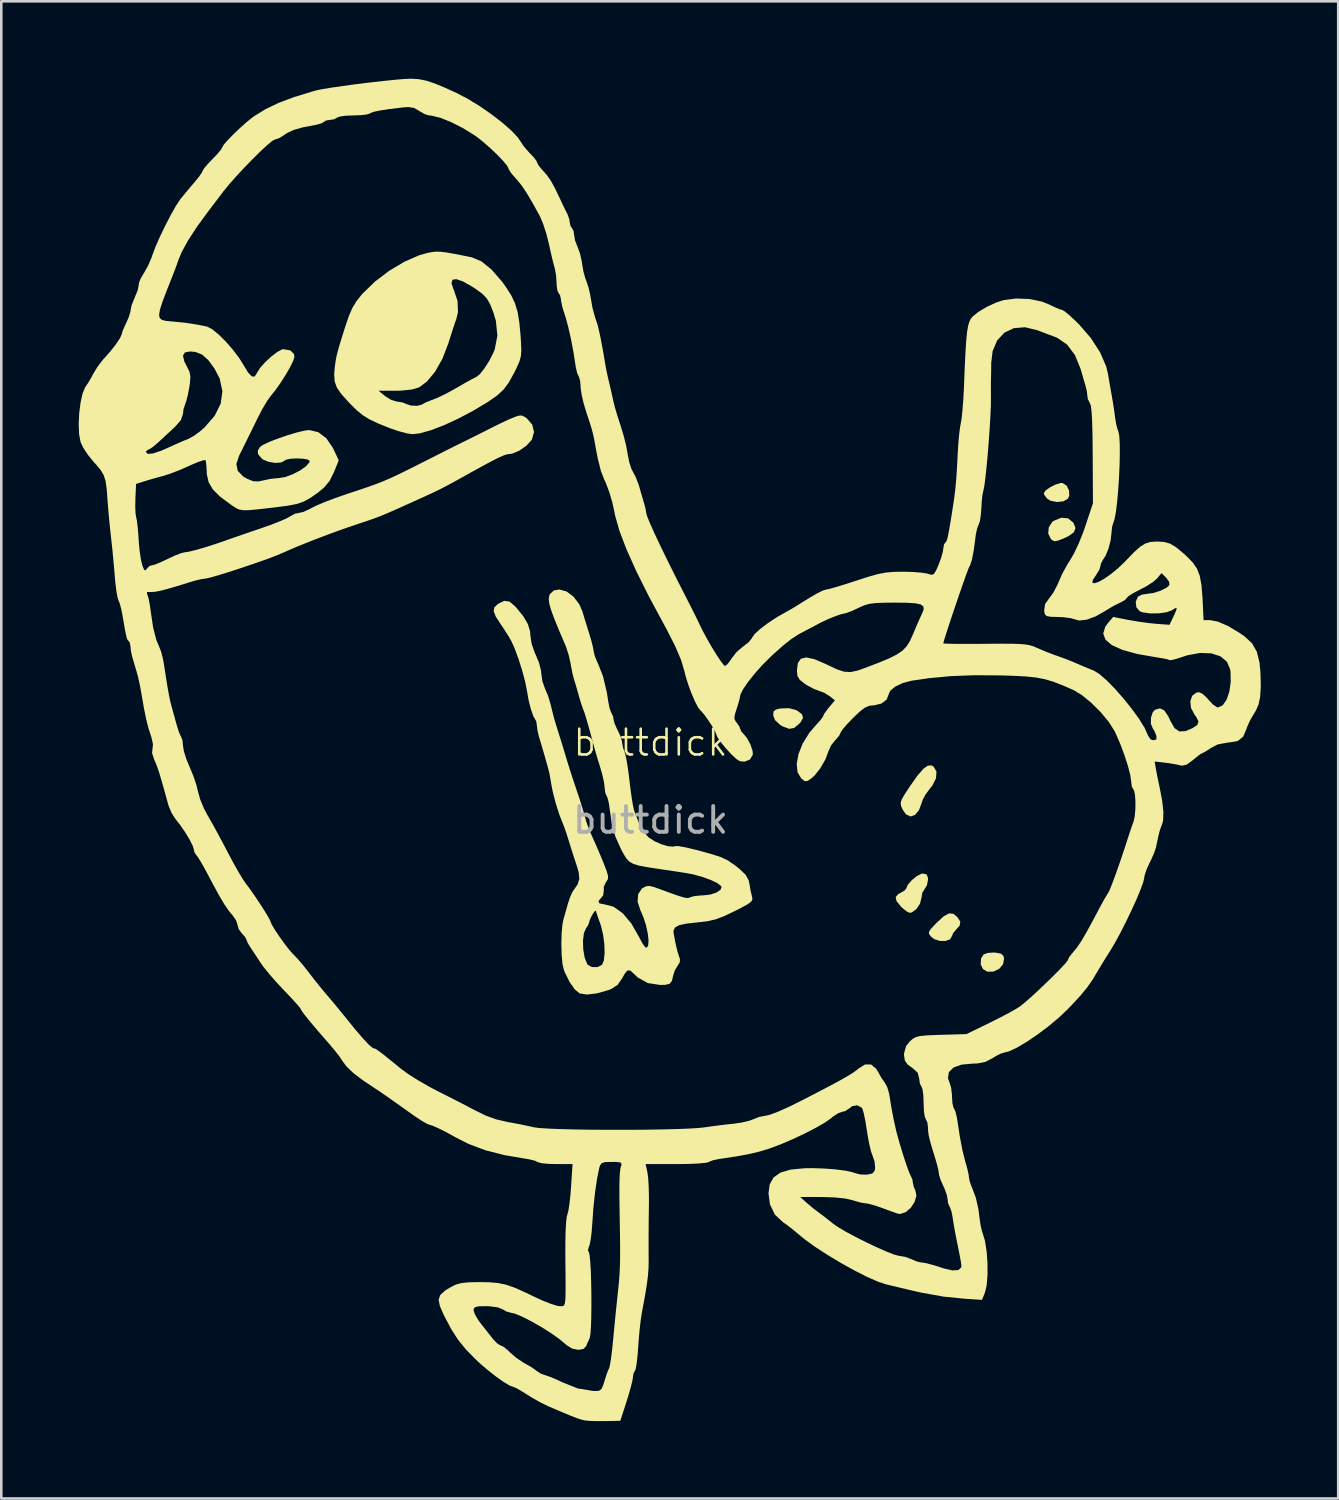
<source format=kicad_pcb>
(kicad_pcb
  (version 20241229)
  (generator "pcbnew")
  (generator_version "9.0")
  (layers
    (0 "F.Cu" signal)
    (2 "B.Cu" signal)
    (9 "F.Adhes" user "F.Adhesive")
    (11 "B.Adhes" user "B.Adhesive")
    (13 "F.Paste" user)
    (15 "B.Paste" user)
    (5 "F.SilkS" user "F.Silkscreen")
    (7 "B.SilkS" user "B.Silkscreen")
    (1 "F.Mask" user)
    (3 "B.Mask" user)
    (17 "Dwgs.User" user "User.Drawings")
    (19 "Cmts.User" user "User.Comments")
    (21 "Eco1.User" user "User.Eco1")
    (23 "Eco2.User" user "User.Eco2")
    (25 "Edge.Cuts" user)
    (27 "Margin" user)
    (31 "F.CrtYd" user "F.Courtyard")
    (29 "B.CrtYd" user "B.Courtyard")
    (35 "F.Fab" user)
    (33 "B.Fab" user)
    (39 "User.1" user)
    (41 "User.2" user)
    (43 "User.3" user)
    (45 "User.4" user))
  (footprint "buttdick"
    (layer "F.Cu")
    (at 22.161 26.231)
    (property "Reference" "buttdick" (at 0 -0.5 0) (unlocked yes) (layer "F.SilkS") (effects (font (size 1 1) (thickness 0.1))))
    (attr smd)
    (fp_poly (pts (xy 13.35 7.636) (xy 13.571 7.673) (xy 13.674 7.759) (xy 13.702 7.86) (xy 13.662 8.089) (xy 13.508 8.268) (xy 13.289 8.373) (xy 13.056 8.376) (xy 12.886 8.28) (xy 12.795 8.088) (xy 12.81 7.862) (xy 12.906 7.71) (xy 13.066 7.65) (xy 13.304 7.633)) (stroke (width 0) (type solid)) (fill yes) (layer "F.SilkS"))
    (fp_poly (pts (xy 16.119 -10.468) (xy 16.218 -10.279) (xy 16.229 -10.069) (xy 16.176 -9.953) (xy 15.998 -9.853) (xy 15.747 -9.826) (xy 15.501 -9.875) (xy 15.373 -9.954) (xy 15.266 -10.094) (xy 15.24 -10.167) (xy 15.311 -10.273) (xy 15.483 -10.396) (xy 15.697 -10.503) (xy 15.892 -10.562) (xy 15.958 -10.564)) (stroke (width 0) (type solid)) (fill yes) (layer "F.SilkS"))
    (fp_poly (pts (xy 5.664 -1.757) (xy 5.866 -1.601) (xy 5.875 -1.586) (xy 5.908 -1.455) (xy 5.822 -1.3) (xy 5.761 -1.231) (xy 5.565 -1.069) (xy 5.37 -1.036) (xy 5.123 -1.129) (xy 5.038 -1.177) (xy 4.824 -1.372) (xy 4.757 -1.547) (xy 4.762 -1.7) (xy 4.854 -1.781) (xy 5.028 -1.824) (xy 5.366 -1.836)) (stroke (width 0) (type solid)) (fill yes) (layer "F.SilkS"))
    (fp_poly (pts (xy 16.182 -9.193) (xy 16.386 -9.024) (xy 16.391 -9.017) (xy 16.469 -8.819) (xy 16.408 -8.654) (xy 16.197 -8.502) (xy 16.02 -8.419) (xy 15.79 -8.329) (xy 15.658 -8.306) (xy 15.566 -8.347) (xy 15.511 -8.399) (xy 15.412 -8.603) (xy 15.434 -8.844) (xy 15.566 -9.051) (xy 15.618 -9.092) (xy 15.917 -9.217)) (stroke (width 0) (type solid)) (fill yes) (layer "F.SilkS"))
    (fp_poly (pts (xy 11.735 6.132) (xy 11.883 6.251) (xy 12.005 6.434) (xy 11.981 6.59) (xy 11.853 6.731) (xy 11.726 6.882) (xy 11.684 6.989) (xy 11.614 7.118) (xy 11.44 7.184) (xy 11.218 7.185) (xy 11 7.117) (xy 10.878 7.025) (xy 10.799 6.926) (xy 10.788 6.838) (xy 10.861 6.722) (xy 11.033 6.536) (xy 11.094 6.475) (xy 11.362 6.229) (xy 11.567 6.117)) (stroke (width 0) (type solid)) (fill yes) (layer "F.SilkS"))
    (fp_poly (pts (xy 10.97 0.428) (xy 11.081 0.62) (xy 11.064 0.877) (xy 10.925 1.159) (xy 10.834 1.273) (xy 10.663 1.5) (xy 10.546 1.718) (xy 10.528 1.776) (xy 10.41 2.102) (xy 10.251 2.3) (xy 10.072 2.361) (xy 9.896 2.276) (xy 9.77 2.092) (xy 9.711 1.957) (xy 9.693 1.844) (xy 9.729 1.715) (xy 9.831 1.531) (xy 10.011 1.255) (xy 10.075 1.16) (xy 10.353 0.767) (xy 10.573 0.514) (xy 10.748 0.39) (xy 10.893 0.383)) (stroke (width 0) (type solid)) (fill yes) (layer "F.SilkS"))
    (fp_poly (pts (xy 10.697 4.603) (xy 10.749 4.728) (xy 10.753 4.816) (xy 10.711 5.03) (xy 10.626 5.165) (xy 10.532 5.323) (xy 10.499 5.514) (xy 10.442 5.743) (xy 10.303 5.951) (xy 10.127 6.08) (xy 10.049 6.096) (xy 9.922 6.039) (xy 9.75 5.898) (xy 9.71 5.859) (xy 9.533 5.639) (xy 9.5 5.483) (xy 9.608 5.364) (xy 9.694 5.319) (xy 9.85 5.227) (xy 9.906 5.158) (xy 9.971 5.007) (xy 10.13 4.826) (xy 10.328 4.666) (xy 10.508 4.577) (xy 10.549 4.572)) (stroke (width 0) (type solid)) (fill yes) (layer "F.SilkS"))
    (fp_poly (pts (xy -8.129 -19.524) (xy -7.897 -19.495) (xy -7.578 -19.439) (xy -7.14 -19.352) (xy -6.925 -19.308) (xy -6.553 -19.151) (xy -6.159 -18.833) (xy -5.748 -18.357) (xy -5.593 -18.141) (xy -5.396 -17.829) (xy -5.253 -17.528) (xy -5.153 -17.195) (xy -5.085 -16.789) (xy -5.036 -16.268) (xy -5.024 -16.076) (xy -5.008 -15.731) (xy -5.024 -15.482) (xy -5.086 -15.257) (xy -5.21 -14.982) (xy -5.277 -14.848) (xy -5.488 -14.464) (xy -5.695 -14.184) (xy -5.95 -13.949) (xy -6.305 -13.704) (xy -6.308 -13.702) (xy -6.877 -13.361) (xy -7.454 -13.056) (xy -8.009 -12.8) (xy -8.514 -12.607) (xy -8.937 -12.488) (xy -9.228 -12.454) (xy -9.457 -12.49) (xy -9.773 -12.574) (xy -10.109 -12.69) (xy -10.118 -12.693) (xy -10.559 -12.871) (xy -10.886 -13.025) (xy -11.145 -13.185) (xy -11.383 -13.379) (xy -11.645 -13.638) (xy -11.701 -13.696) (xy -11.984 -14.011) (xy -12.072 -14.138) (xy -10.541 -14.138) (xy -10.287 -13.93) (xy -10.064 -13.791) (xy -9.849 -13.72) (xy -9.821 -13.718) (xy -9.604 -13.682) (xy -9.483 -13.631) (xy -9.286 -13.564) (xy -9.049 -13.553) (xy -8.863 -13.6) (xy -8.843 -13.614) (xy -8.717 -13.682) (xy -8.5 -13.77) (xy -8.428 -13.795) (xy -8.19 -13.895) (xy -7.873 -14.052) (xy -7.539 -14.236) (xy -7.497 -14.261) (xy -7.199 -14.433) (xy -6.944 -14.575) (xy -6.778 -14.659) (xy -6.756 -14.669) (xy -6.614 -14.782) (xy -6.436 -15.006) (xy -6.254 -15.293) (xy -6.097 -15.598) (xy -6.036 -15.748) (xy -5.935 -16.276) (xy -5.994 -16.849) (xy -6.091 -17.174) (xy -6.218 -17.493) (xy -6.348 -17.718) (xy -6.523 -17.899) (xy -6.788 -18.091) (xy -6.917 -18.175) (xy -7.275 -18.377) (xy -7.532 -18.464) (xy -7.681 -18.437) (xy -7.714 -18.297) (xy -7.626 -18.046) (xy -7.616 -18.027) (xy -7.479 -17.613) (xy -7.462 -17.187) (xy -7.527 -16.916) (xy -7.586 -16.75) (xy -7.678 -16.471) (xy -7.788 -16.128) (xy -7.836 -15.972) (xy -8.063 -15.383) (xy -8.345 -14.882) (xy -8.664 -14.496) (xy -8.971 -14.268) (xy -9.247 -14.185) (xy -9.662 -14.143) (xy -9.881 -14.139) (xy -10.541 -14.138) (xy -12.072 -14.138) (xy -12.158 -14.265) (xy -12.243 -14.505) (xy -12.259 -14.779) (xy -12.243 -14.986) (xy -12.218 -15.198) (xy -12.188 -15.389) (xy -12.141 -15.595) (xy -12.069 -15.854) (xy -11.963 -16.203) (xy -11.834 -16.613) (xy -11.69 -17.038) (xy -11.553 -17.352) (xy -11.395 -17.611) (xy -11.187 -17.87) (xy -11.152 -17.909) (xy -10.676 -18.371) (xy -10.122 -18.791) (xy -9.535 -19.14) (xy -8.962 -19.39) (xy -8.646 -19.479) (xy -8.471 -19.513) (xy -8.31 -19.529)) (stroke (width 0) (type solid)) (fill yes) (layer "F.SilkS"))
    (fp_poly (pts (xy -3.252 -6.358) (xy -2.982 -6.154) (xy -2.76 -5.861) (xy -2.641 -5.588) (xy -2.57 -5.35) (xy -2.47 -5.026) (xy -2.378 -4.73) (xy -2.288 -4.427) (xy -2.225 -4.174) (xy -2.201 -4.028) (xy -2.164 -3.869) (xy -2.072 -3.638) (xy -2.029 -3.55) (xy -1.84 -3.067) (xy -1.694 -2.451) (xy -1.635 -2.074) (xy -1.589 -1.839) (xy -1.53 -1.677) (xy -1.515 -1.655) (xy -1.449 -1.506) (xy -1.439 -1.425) (xy -1.399 -1.257) (xy -1.3 -1.03) (xy -1.27 -0.974) (xy -1.16 -0.737) (xy -1.103 -0.533) (xy -1.101 -0.5) (xy -1.06 -0.275) (xy -1.018 -0.174) (xy -0.971 -0.021) (xy -0.916 0.249) (xy -0.864 0.586) (xy -0.851 0.688) (xy -0.786 1.223) (xy -0.733 1.616) (xy -0.688 1.896) (xy -0.647 2.089) (xy -0.604 2.223) (xy -0.596 2.244) (xy -0.516 2.443) (xy -0.422 2.686) (xy -0.421 2.69) (xy -0.281 2.938) (xy -0.083 3.164) (xy -0.07 3.174) (xy 0.152 3.319) (xy 0.422 3.438) (xy 0.685 3.515) (xy 0.883 3.529) (xy 0.933 3.513) (xy 1.065 3.507) (xy 1.348 3.556) (xy 1.771 3.657) (xy 2.326 3.809) (xy 2.413 3.834) (xy 2.736 3.94) (xy 2.996 4.065) (xy 3.265 4.249) (xy 3.443 4.389) (xy 3.682 4.616) (xy 3.803 4.835) (xy 3.835 4.982) (xy 3.879 5.245) (xy 3.932 5.465) (xy 3.936 5.477) (xy 3.949 5.569) (xy 3.906 5.655) (xy 3.78 5.753) (xy 3.546 5.884) (xy 3.247 6.036) (xy 2.842 6.228) (xy 2.515 6.35) (xy 2.203 6.422) (xy 1.84 6.464) (xy 1.837 6.464) (xy 1.401 6.511) (xy 1.112 6.574) (xy 0.949 6.662) (xy 0.889 6.786) (xy 0.893 6.878) (xy 0.962 7.245) (xy 1.037 7.567) (xy 1.106 7.796) (xy 1.137 7.865) (xy 1.137 8.003) (xy 1.063 8.123) (xy 0.941 8.325) (xy 0.881 8.514) (xy 0.828 8.735) (xy 0.739 8.846) (xy 0.565 8.886) (xy 0.372 8.89) (xy -0.107 8.817) (xy -0.498 8.599) (xy -0.627 8.475) (xy -0.776 8.337) (xy -0.888 8.324) (xy -0.998 8.449) (xy -1.097 8.628) (xy -1.274 8.886) (xy -1.523 9.047) (xy -1.628 9.088) (xy -2.078 9.216) (xy -2.459 9.262) (xy -2.736 9.221) (xy -2.752 9.214) (xy -2.94 9.058) (xy -3.139 8.772) (xy -3.325 8.392) (xy -3.362 8.297) (xy -3.414 8.062) (xy -3.445 7.713) (xy -3.456 7.309) (xy -3.453 7.177) (xy -2.618 7.177) (xy -2.608 7.515) (xy -2.552 7.835) (xy -2.454 8.077) (xy -2.433 8.107) (xy -2.27 8.198) (xy -2.053 8.198) (xy -1.88 8.111) (xy -1.809 7.945) (xy -1.78 7.663) (xy -1.79 7.313) (xy -1.838 6.941) (xy -1.921 6.596) (xy -1.947 6.519) (xy -2.038 6.264) (xy -2.1 6.08) (xy -2.117 6.018) (xy -2.148 6.017) (xy -2.222 6.114) (xy -2.303 6.255) (xy -2.359 6.385) (xy -2.368 6.428) (xy -2.423 6.586) (xy -2.495 6.686) (xy -2.582 6.881) (xy -2.618 7.177) (xy -3.453 7.177) (xy -3.446 6.903) (xy -3.415 6.552) (xy -3.375 6.35) (xy -3.313 6.136) (xy -3.234 5.854) (xy -3.208 5.757) (xy -3.122 5.499) (xy -3.032 5.297) (xy -3.002 5.249) (xy -2.829 4.999) (xy -2.759 4.778) (xy -2.785 4.52) (xy -2.865 4.252) (xy -2.987 3.882) (xy -3.113 3.484) (xy -3.169 3.302) (xy -3.26 3.013) (xy -3.345 2.769) (xy -3.386 2.667) (xy -3.533 2.292) (xy -3.677 1.838) (xy -3.791 1.395) (xy -3.824 1.228) (xy -3.872 0.956) (xy -3.91 0.743) (xy -3.923 0.677) (xy -3.96 0.527) (xy -4.033 0.262) (xy -4.128 -0.071) (xy -4.232 -0.426) (xy -4.323 -0.726) (xy -4.38 -0.967) (xy -4.403 -1.156) (xy -4.429 -1.324) (xy -4.461 -1.384) (xy -4.547 -1.537) (xy -4.639 -1.806) (xy -4.724 -2.138) (xy -4.785 -2.483) (xy -4.785 -2.486) (xy -4.855 -2.848) (xy -4.974 -3.293) (xy -5.121 -3.758) (xy -5.275 -4.174) (xy -5.389 -4.426) (xy -5.515 -4.645) (xy -5.693 -4.923) (xy -5.81 -5.094) (xy -5.999 -5.388) (xy -6.079 -5.591) (xy -6.053 -5.739) (xy -5.925 -5.867) (xy -5.908 -5.88) (xy -5.668 -5.996) (xy -5.46 -5.964) (xy -5.242 -5.779) (xy -4.937 -5.406) (xy -4.752 -5.094) (xy -4.667 -4.808) (xy -4.657 -4.657) (xy -4.611 -4.345) (xy -4.491 -3.993) (xy -4.445 -3.895) (xy -4.322 -3.596) (xy -4.246 -3.302) (xy -4.233 -3.174) (xy -4.191 -2.878) (xy -4.092 -2.599) (xy -3.971 -2.315) (xy -3.886 -2.032) (xy -3.734 -1.427) (xy -3.569 -0.889) (xy -3.503 -0.683) (xy -3.408 -0.377) (xy -3.305 -0.034) (xy -3.295 0) (xy -3.173 0.399) (xy -3.024 0.865) (xy -2.877 1.304) (xy -2.86 1.355) (xy -2.738 1.719) (xy -2.632 2.058) (xy -2.56 2.314) (xy -2.546 2.371) (xy -2.473 2.615) (xy -2.354 2.927) (xy -2.264 3.133) (xy -2.114 3.467) (xy -1.945 3.863) (xy -1.817 4.173) (xy -1.701 4.474) (xy -1.647 4.662) (xy -1.649 4.781) (xy -1.701 4.872) (xy -1.722 4.895) (xy -1.812 5.084) (xy -1.811 5.216) (xy -1.833 5.414) (xy -1.899 5.498) (xy -2.02 5.641) (xy -1.98 5.731) (xy -1.799 5.764) (xy -1.437 5.856) (xy -1.082 6.107) (xy -0.745 6.507) (xy -0.437 7.044) (xy -0.415 7.091) (xy -0.299 7.303) (xy -0.199 7.433) (xy -0.165 7.451) (xy -0.095 7.378) (xy -0.077 7.184) (xy -0.105 6.907) (xy -0.174 6.587) (xy -0.277 6.26) (xy -0.392 5.998) (xy -0.501 5.669) (xy -0.482 5.377) (xy -0.34 5.162) (xy -0.305 5.136) (xy -0.175 5.066) (xy -0.045 5.052) (xy 0.142 5.098) (xy 0.351 5.173) (xy 0.786 5.334) (xy 1.09 5.44) (xy 1.293 5.501) (xy 1.42 5.522) (xy 1.5 5.512) (xy 1.539 5.492) (xy 1.688 5.449) (xy 1.931 5.423) (xy 2.034 5.42) (xy 2.314 5.388) (xy 2.553 5.309) (xy 2.713 5.202) (xy 2.752 5.087) (xy 2.742 5.065) (xy 2.605 4.953) (xy 2.347 4.827) (xy 2.015 4.706) (xy 1.654 4.606) (xy 1.402 4.557) (xy 1.008 4.497) (xy 0.58 4.433) (xy 0.381 4.403) (xy -0.091 4.332) (xy -0.427 4.27) (xy -0.66 4.202) (xy -0.821 4.111) (xy -0.942 3.981) (xy -1.055 3.794) (xy -1.151 3.614) (xy -1.362 3.143) (xy -1.5 2.647) (xy -1.582 2.074) (xy -1.621 1.813) (xy -1.673 1.622) (xy -1.701 1.571) (xy -1.757 1.433) (xy -1.778 1.243) (xy -1.804 1.03) (xy -1.871 0.731) (xy -1.944 0.477) (xy -2.063 0.092) (xy -2.184 -0.328) (xy -2.245 -0.55) (xy -2.383 -1.061) (xy -2.49 -1.433) (xy -2.572 -1.692) (xy -2.621 -1.82) (xy -2.685 -2.005) (xy -2.766 -2.269) (xy -2.794 -2.371) (xy -2.874 -2.654) (xy -2.949 -2.902) (xy -2.968 -2.963) (xy -3.025 -3.181) (xy -3.081 -3.467) (xy -3.096 -3.556) (xy -3.169 -3.887) (xy -3.276 -4.219) (xy -3.3 -4.276) (xy -3.546 -4.852) (xy -3.727 -5.296) (xy -3.85 -5.63) (xy -3.92 -5.875) (xy -3.944 -6.052) (xy -3.929 -6.183) (xy -3.897 -6.261) (xy -3.744 -6.4) (xy -3.527 -6.435)) (stroke (width 0) (type solid)) (fill yes) (layer "F.SilkS"))
    (fp_poly (pts (xy -8.989 -26.214) (xy -8.692 -26.155) (xy -8.354 -26.043) (xy -7.938 -25.87) (xy -7.497 -25.668) (xy -7.064 -25.44) (xy -6.605 -25.158) (xy -6.152 -24.843) (xy -5.735 -24.521) (xy -5.387 -24.214) (xy -5.138 -23.947) (xy -5.047 -23.812) (xy -4.904 -23.6) (xy -4.706 -23.372) (xy -4.664 -23.331) (xy -4.502 -23.158) (xy -4.41 -23.025) (xy -4.403 -22.997) (xy -4.349 -22.885) (xy -4.215 -22.717) (xy -4.18 -22.68) (xy -4.011 -22.488) (xy -3.867 -22.282) (xy -3.718 -22.014) (xy -3.538 -21.64) (xy -3.514 -21.59) (xy -3.384 -21.313) (xy -3.272 -21.083) (xy -3.216 -20.977) (xy -3.144 -20.766) (xy -3.133 -20.665) (xy -3.094 -20.502) (xy -3.048 -20.447) (xy -2.983 -20.331) (xy -2.963 -20.184) (xy -2.924 -19.959) (xy -2.829 -19.714) (xy -2.829 -19.714) (xy -2.735 -19.463) (xy -2.665 -19.153) (xy -2.653 -19.062) (xy -2.601 -18.758) (xy -2.523 -18.48) (xy -2.497 -18.415) (xy -2.403 -18.142) (xy -2.341 -17.865) (xy -2.252 -17.361) (xy -2.152 -16.985) (xy -2.117 -16.891) (xy -2.038 -16.642) (xy -1.945 -16.231) (xy -1.837 -15.656) (xy -1.738 -15.071) (xy -1.696 -14.856) (xy -1.633 -14.574) (xy -1.609 -14.478) (xy -1.532 -14.152) (xy -1.46 -13.824) (xy -1.446 -13.758) (xy -1.385 -13.509) (xy -1.285 -13.17) (xy -1.17 -12.812) (xy -1.16 -12.785) (xy -1.043 -12.403) (xy -0.945 -12.009) (xy -0.887 -11.688) (xy -0.886 -11.684) (xy -0.828 -11.379) (xy -0.741 -11.112) (xy -0.687 -11.007) (xy -0.573 -10.791) (xy -0.464 -10.508) (xy -0.435 -10.414) (xy -0.35 -10.116) (xy -0.268 -9.839) (xy -0.248 -9.773) (xy -0.192 -9.56) (xy -0.169 -9.412) (xy -0.131 -9.27) (xy -0.018 -8.993) (xy 0.16 -8.595) (xy 0.399 -8.09) (xy 0.691 -7.492) (xy 1.029 -6.815) (xy 1.396 -6.096) (xy 1.569 -5.756) (xy 1.722 -5.452) (xy 1.831 -5.229) (xy 1.861 -5.165) (xy 2.006 -4.865) (xy 2.186 -4.529) (xy 2.38 -4.192) (xy 2.569 -3.886) (xy 2.732 -3.644) (xy 2.849 -3.498) (xy 2.89 -3.471) (xy 2.979 -3.538) (xy 3.104 -3.703) (xy 3.142 -3.765) (xy 3.336 -4.012) (xy 3.578 -4.22) (xy 3.601 -4.235) (xy 3.799 -4.389) (xy 3.925 -4.544) (xy 3.937 -4.571) (xy 4.04 -4.715) (xy 4.257 -4.912) (xy 4.554 -5.136) (xy 4.895 -5.36) (xy 5.136 -5.499) (xy 5.381 -5.635) (xy 5.586 -5.755) (xy 5.625 -5.779) (xy 6.098 -6.075) (xy 6.445 -6.279) (xy 6.679 -6.396) (xy 6.812 -6.435) (xy 6.813 -6.435) (xy 6.94 -6.46) (xy 7.192 -6.531) (xy 7.534 -6.635) (xy 7.932 -6.764) (xy 7.981 -6.78) (xy 8.444 -6.93) (xy 8.801 -7.03) (xy 9.101 -7.089) (xy 9.397 -7.117) (xy 9.739 -7.125) (xy 9.78 -7.125) (xy 10.15 -7.115) (xy 10.478 -7.09) (xy 10.71 -7.055) (xy 10.762 -7.04) (xy 10.891 -7.003) (xy 10.98 -7.036) (xy 11.064 -7.168) (xy 11.163 -7.396) (xy 11.266 -7.675) (xy 11.332 -7.916) (xy 11.345 -8.019) (xy 11.376 -8.186) (xy 11.421 -8.249) (xy 11.456 -8.284) (xy 11.489 -8.359) (xy 11.525 -8.501) (xy 11.57 -8.736) (xy 11.631 -9.093) (xy 11.687 -9.44) (xy 11.761 -9.921) (xy 11.814 -10.348) (xy 11.853 -10.783) (xy 11.884 -11.289) (xy 11.901 -11.642) (xy 11.926 -12.056) (xy 11.959 -12.437) (xy 11.997 -12.735) (xy 12.023 -12.869) (xy 12.056 -13.061) (xy 12.089 -13.382) (xy 12.12 -13.791) (xy 12.145 -14.25) (xy 12.151 -14.393) (xy 12.179 -15.1) (xy 12.207 -15.658) (xy 12.235 -16.088) (xy 12.267 -16.409) (xy 12.306 -16.642) (xy 12.353 -16.807) (xy 12.411 -16.925) (xy 12.474 -17.005) (xy 12.706 -17.195) (xy 13.035 -17.39) (xy 13.396 -17.557) (xy 13.674 -17.648) (xy 14.166 -17.713) (xy 14.688 -17.692) (xy 15.172 -17.592) (xy 15.435 -17.487) (xy 15.683 -17.367) (xy 15.877 -17.289) (xy 15.949 -17.272) (xy 16.048 -17.215) (xy 16.234 -17.063) (xy 16.473 -16.841) (xy 16.615 -16.701) (xy 17.071 -16.172) (xy 17.426 -15.62) (xy 17.659 -15.078) (xy 17.732 -14.774) (xy 17.779 -14.487) (xy 17.84 -14.139) (xy 17.871 -13.97) (xy 17.93 -13.62) (xy 17.983 -13.265) (xy 18 -13.123) (xy 18.045 -12.848) (xy 18.107 -12.619) (xy 18.128 -12.569) (xy 18.165 -12.397) (xy 18.184 -12.093) (xy 18.187 -11.689) (xy 18.176 -11.221) (xy 18.153 -10.725) (xy 18.12 -10.234) (xy 18.078 -9.783) (xy 18.03 -9.407) (xy 17.977 -9.141) (xy 17.943 -9.047) (xy 17.887 -8.861) (xy 17.863 -8.62) (xy 17.83 -8.331) (xy 17.746 -8.014) (xy 17.635 -7.741) (xy 17.54 -7.6) (xy 17.451 -7.431) (xy 17.441 -7.36) (xy 17.391 -7.197) (xy 17.272 -7.004) (xy 17.14 -6.804) (xy 17.123 -6.698) (xy 17.203 -6.676) (xy 17.36 -6.729) (xy 17.575 -6.847) (xy 17.828 -7.022) (xy 18.102 -7.245) (xy 18.376 -7.505) (xy 18.43 -7.562) (xy 18.74 -7.883) (xy 18.978 -8.095) (xy 19.181 -8.22) (xy 19.384 -8.279) (xy 19.624 -8.294) (xy 19.658 -8.294) (xy 19.918 -8.276) (xy 20.14 -8.21) (xy 20.367 -8.074) (xy 20.644 -7.844) (xy 20.788 -7.713) (xy 21.017 -7.478) (xy 21.178 -7.242) (xy 21.284 -6.967) (xy 21.35 -6.612) (xy 21.39 -6.137) (xy 21.397 -5.99) (xy 21.433 -5.249) (xy 21.684 -5.249) (xy 21.993 -5.189) (xy 22.387 -5.017) (xy 22.838 -4.746) (xy 23.03 -4.612) (xy 23.311 -4.349) (xy 23.497 -4.023) (xy 23.602 -3.597) (xy 23.637 -3.217) (xy 23.65 -2.685) (xy 23.627 -2.283) (xy 23.562 -1.975) (xy 23.45 -1.723) (xy 23.398 -1.642) (xy 23.241 -1.375) (xy 23.121 -1.11) (xy 23.099 -1.04) (xy 22.967 -0.734) (xy 22.761 -0.565) (xy 22.446 -0.509) (xy 22.4 -0.508) (xy 21.98 -0.432) (xy 21.725 -0.296) (xy 21.526 -0.168) (xy 21.39 -0.093) (xy 21.365 -0.085) (xy 21.278 -0.034) (xy 21.113 0.096) (xy 21.019 0.176) (xy 20.784 0.348) (xy 20.603 0.393) (xy 20.542 0.382) (xy 20.351 0.339) (xy 20.076 0.294) (xy 19.95 0.278) (xy 19.537 0.23) (xy 19.585 0.517) (xy 19.634 0.777) (xy 19.701 1.098) (xy 19.729 1.228) (xy 19.828 1.746) (xy 19.875 2.182) (xy 19.866 2.509) (xy 19.827 2.656) (xy 19.744 2.876) (xy 19.687 3.09) (xy 19.632 3.354) (xy 19.589 3.556) (xy 19.524 3.755) (xy 19.408 4.022) (xy 19.339 4.16) (xy 19.221 4.421) (xy 19.147 4.646) (xy 19.135 4.729) (xy 19.096 4.903) (xy 18.991 5.193) (xy 18.835 5.568) (xy 18.641 5.996) (xy 18.425 6.444) (xy 18.203 6.882) (xy 17.988 7.277) (xy 17.796 7.597) (xy 17.781 7.62) (xy 17.582 7.934) (xy 17.379 8.27) (xy 17.314 8.382) (xy 17.118 8.706) (xy 16.916 8.994) (xy 16.673 9.289) (xy 16.357 9.633) (xy 16.151 9.847) (xy 15.805 10.173) (xy 15.408 10.503) (xy 14.99 10.817) (xy 14.578 11.095) (xy 14.204 11.318) (xy 13.896 11.464) (xy 13.689 11.515) (xy 13.55 11.56) (xy 13.342 11.672) (xy 13.258 11.726) (xy 12.982 11.871) (xy 12.673 11.932) (xy 12.489 11.938) (xy 12.054 11.978) (xy 11.741 12.092) (xy 11.561 12.271) (xy 11.527 12.503) (xy 11.592 12.687) (xy 11.65 12.879) (xy 11.682 13.146) (xy 11.684 13.228) (xy 11.7 13.473) (xy 11.741 13.646) (xy 11.76 13.678) (xy 11.82 13.808) (xy 11.873 14.031) (xy 11.884 14.097) (xy 11.986 14.763) (xy 12.087 15.293) (xy 12.194 15.721) (xy 12.215 15.79) (xy 12.288 16.057) (xy 12.332 16.269) (xy 12.338 16.341) (xy 12.368 16.498) (xy 12.448 16.722) (xy 12.467 16.764) (xy 12.611 17.151) (xy 12.707 17.582) (xy 12.754 17.949) (xy 12.795 18.224) (xy 12.85 18.45) (xy 12.869 18.5) (xy 12.962 18.81) (xy 13.026 19.224) (xy 13.059 19.687) (xy 13.059 20.144) (xy 13.025 20.544) (xy 12.955 20.825) (xy 12.844 21.094) (xy 12.2 21.053) (xy 11.361 20.969) (xy 10.491 20.814) (xy 9.991 20.699) (xy 9.652 20.618) (xy 9.334 20.542) (xy 9.144 20.498) (xy 8.82 20.392) (xy 8.395 20.205) (xy 7.903 19.956) (xy 7.379 19.665) (xy 6.858 19.352) (xy 6.374 19.037) (xy 5.962 18.738) (xy 5.769 18.58) (xy 5.514 18.367) (xy 5.269 18.178) (xy 5.139 18.089) (xy 4.821 17.793) (xy 4.629 17.394) (xy 4.572 16.97) (xy 4.619 16.616) (xy 4.769 16.349) (xy 5.035 16.162) (xy 5.43 16.046) (xy 5.966 15.994) (xy 6.265 15.99) (xy 6.732 16.005) (xy 7.178 16.039) (xy 7.562 16.089) (xy 7.839 16.15) (xy 7.923 16.182) (xy 8.13 16.235) (xy 8.384 16.242) (xy 8.389 16.241) (xy 8.592 16.199) (xy 8.682 16.098) (xy 8.705 15.986) (xy 8.685 15.743) (xy 8.609 15.521) (xy 8.542 15.329) (xy 8.47 15.024) (xy 8.403 14.66) (xy 8.382 14.52) (xy 8.327 14.17) (xy 8.267 13.878) (xy 8.212 13.691) (xy 8.192 13.652) (xy 8.021 13.555) (xy 7.819 13.585) (xy 7.705 13.674) (xy 7.539 13.782) (xy 7.443 13.801) (xy 7.286 13.854) (xy 7.079 13.988) (xy 7.006 14.047) (xy 6.772 14.215) (xy 6.419 14.42) (xy 5.986 14.643) (xy 5.514 14.866) (xy 5.042 15.068) (xy 4.611 15.229) (xy 4.572 15.242) (xy 4.204 15.352) (xy 3.804 15.447) (xy 3.329 15.534) (xy 2.734 15.624) (xy 2.667 15.634) (xy 2.432 15.681) (xy 2.269 15.741) (xy 2.248 15.757) (xy 2.138 15.784) (xy 1.892 15.807) (xy 1.543 15.824) (xy 1.124 15.832) (xy 0.988 15.833) (xy -0.191 15.833) (xy -0.121 16.15) (xy -0.091 16.376) (xy -0.071 16.714) (xy -0.062 17.106) (xy -0.062 17.293) (xy -0.071 18.01) (xy -0.075 18.619) (xy -0.075 19.182) (xy -0.073 19.579) (xy -0.078 19.867) (xy -0.101 20.169) (xy -0.146 20.521) (xy -0.219 20.962) (xy -0.324 21.527) (xy -0.336 21.59) (xy -0.381 21.883) (xy -0.426 22.28) (xy -0.464 22.715) (xy -0.478 22.925) (xy -0.507 23.292) (xy -0.542 23.592) (xy -0.579 23.787) (xy -0.604 23.841) (xy -0.663 23.952) (xy -0.678 24.071) (xy -0.704 24.232) (xy -0.772 24.505) (xy -0.87 24.845) (xy -0.925 25.019) (xy -1.171 25.781) (xy -1.75 25.792) (xy -2.08 25.793) (xy -2.369 25.784) (xy -2.54 25.768) (xy -2.667 25.74) (xy -2.838 25.684) (xy -3.079 25.591) (xy -3.416 25.452) (xy -3.877 25.254) (xy -3.979 25.21) (xy -4.272 25.066) (xy -4.607 24.876) (xy -4.798 24.757) (xy -5.04 24.605) (xy -5.229 24.501) (xy -5.313 24.469) (xy -5.461 24.415) (xy -5.7 24.271) (xy -5.999 24.059) (xy -6.323 23.804) (xy -6.641 23.53) (xy -6.76 23.418) (xy -7.147 23.024) (xy -7.453 22.649) (xy -7.721 22.234) (xy -7.992 21.721) (xy -8.015 21.675) (xy -8.093 21.497) (xy -6.858 21.497) (xy -6.807 21.654) (xy -6.679 21.874) (xy -6.583 22.005) (xy -6.377 22.266) (xy -6.177 22.52) (xy -6.111 22.605) (xy -5.957 22.771) (xy -5.828 22.857) (xy -5.809 22.86) (xy -5.69 22.917) (xy -5.517 23.06) (xy -5.456 23.122) (xy -5.209 23.337) (xy -4.923 23.528) (xy -4.874 23.555) (xy -4.639 23.688) (xy -4.458 23.812) (xy -4.423 23.843) (xy -4.253 23.952) (xy -4.079 24.015) (xy -3.874 24.085) (xy -3.597 24.203) (xy -3.429 24.284) (xy -2.825 24.525) (xy -2.22 24.625) (xy -2.156 24.628) (xy -1.998 24.619) (xy -1.901 24.549) (xy -1.826 24.376) (xy -1.784 24.236) (xy -1.704 23.984) (xy -1.632 23.798) (xy -1.606 23.749) (xy -1.574 23.636) (xy -1.534 23.39) (xy -1.491 23.048) (xy -1.45 22.648) (xy -1.402 22.138) (xy -1.347 21.582) (xy -1.293 21.062) (xy -1.264 20.786) (xy -1.229 20.451) (xy -1.204 20.144) (xy -1.188 19.833) (xy -1.18 19.485) (xy -1.179 19.065) (xy -1.184 18.542) (xy -1.195 17.907) (xy -1.205 17.262) (xy -1.207 16.766) (xy -1.201 16.402) (xy -1.187 16.149) (xy -1.164 15.988) (xy -1.15 15.938) (xy -1.121 15.826) (xy -1.164 15.77) (xy -1.315 15.75) (xy -1.504 15.748) (xy -1.759 15.756) (xy -1.895 15.797) (xy -1.961 15.895) (xy -1.987 15.981) (xy -2.073 16.405) (xy -2.152 16.945) (xy -2.216 17.549) (xy -2.256 18.118) (xy -2.284 18.478) (xy -2.322 18.78) (xy -2.365 18.979) (xy -2.387 19.028) (xy -2.427 19.177) (xy -2.392 19.241) (xy -2.361 19.362) (xy -2.336 19.619) (xy -2.315 19.979) (xy -2.301 20.408) (xy -2.293 20.873) (xy -2.292 21.341) (xy -2.297 21.778) (xy -2.31 22.152) (xy -2.33 22.428) (xy -2.358 22.574) (xy -2.359 22.578) (xy -2.454 22.784) (xy -2.489 22.881) (xy -2.602 22.999) (xy -2.803 23.031) (xy -3.038 22.981) (xy -3.251 22.852) (xy -3.265 22.839) (xy -3.512 22.629) (xy -3.841 22.394) (xy -4.217 22.156) (xy -4.601 21.935) (xy -4.957 21.753) (xy -5.247 21.631) (xy -5.424 21.591) (xy -5.593 21.542) (xy -5.72 21.466) (xy -5.918 21.386) (xy -6.229 21.343) (xy -6.371 21.339) (xy -6.648 21.344) (xy -6.796 21.373) (xy -6.852 21.439) (xy -6.858 21.497) (xy -8.093 21.497) (xy -8.166 21.33) (xy -8.213 21.085) (xy -8.144 20.898) (xy -7.949 20.726) (xy -7.738 20.597) (xy -7.539 20.5) (xy -7.321 20.442) (xy -7.035 20.414) (xy -6.652 20.406) (xy -6.239 20.413) (xy -5.901 20.443) (xy -5.592 20.509) (xy -5.262 20.624) (xy -4.866 20.8) (xy -4.53 20.963) (xy -4.179 21.124) (xy -3.861 21.25) (xy -3.621 21.324) (xy -3.535 21.337) (xy -3.453 21.34) (xy -3.392 21.335) (xy -3.348 21.302) (xy -3.318 21.22) (xy -3.301 21.069) (xy -3.293 20.828) (xy -3.292 20.477) (xy -3.296 19.994) (xy -3.301 19.458) (xy -3.301 18.9) (xy -3.291 18.431) (xy -3.271 18.074) (xy -3.244 17.852) (xy -3.227 17.798) (xy -3.185 17.648) (xy -3.142 17.373) (xy -3.103 17.015) (xy -3.081 16.734) (xy -3.023 15.833) (xy -3.654 15.833) (xy -3.97 15.823) (xy -4.221 15.798) (xy -4.358 15.762) (xy -4.365 15.757) (xy -4.495 15.697) (xy -4.718 15.645) (xy -4.784 15.634) (xy -5.659 15.486) (xy -6.404 15.295) (xy -7.055 15.05) (xy -7.535 14.806) (xy -7.901 14.605) (xy -8.22 14.444) (xy -8.457 14.34) (xy -8.57 14.308) (xy -8.684 14.261) (xy -8.896 14.136) (xy -9.166 13.956) (xy -9.271 13.882) (xy -9.8 13.505) (xy -10.221 13.208) (xy -10.525 12.998) (xy -10.659 12.91) (xy -11.157 12.579) (xy -11.525 12.298) (xy -11.786 12.046) (xy -11.964 11.803) (xy -11.99 11.757) (xy -12.082 11.625) (xy -12.25 11.414) (xy -12.459 11.167) (xy -12.462 11.164) (xy -12.896 10.664) (xy -13.218 10.283) (xy -13.429 10.02) (xy -13.534 9.87) (xy -13.547 9.836) (xy -13.602 9.755) (xy -13.753 9.58) (xy -13.975 9.339) (xy -14.203 9.1) (xy -14.502 8.781) (xy -14.782 8.459) (xy -15.006 8.182) (xy -15.105 8.043) (xy -15.28 7.774) (xy -15.445 7.525) (xy -15.507 7.433) (xy -15.615 7.253) (xy -15.663 7.132) (xy -15.663 7.129) (xy -15.72 7.021) (xy -15.833 6.9) (xy -15.962 6.723) (xy -16.002 6.575) (xy -16.058 6.393) (xy -16.187 6.206) (xy -16.339 6.024) (xy -16.508 5.778) (xy -16.707 5.444) (xy -16.952 4.997) (xy -17.139 4.642) (xy -17.311 4.322) (xy -17.463 4.061) (xy -17.572 3.894) (xy -17.608 3.854) (xy -17.684 3.732) (xy -17.695 3.65) (xy -17.743 3.494) (xy -17.869 3.248) (xy -18.046 2.957) (xy -18.247 2.666) (xy -18.415 2.455) (xy -18.559 2.23) (xy -18.676 1.951) (xy -18.69 1.905) (xy -18.839 1.364) (xy -18.954 0.958) (xy -19.043 0.661) (xy -19.116 0.444) (xy -19.181 0.279) (xy -19.23 0.17) (xy -19.318 -0.095) (xy -19.301 -0.26) (xy -19.282 -0.439) (xy -19.346 -0.718) (xy -19.363 -0.769) (xy -19.46 -1.069) (xy -19.547 -1.413) (xy -19.634 -1.843) (xy -19.73 -2.4) (xy -19.732 -2.411) (xy -19.794 -2.745) (xy -19.864 -3.061) (xy -19.906 -3.215) (xy -20.02 -3.595) (xy -20.093 -3.852) (xy -20.132 -4.021) (xy -20.148 -4.142) (xy -20.151 -4.213) (xy -20.182 -4.379) (xy -20.226 -4.439) (xy -20.263 -4.475) (xy -20.296 -4.549) (xy -20.332 -4.693) (xy -20.378 -4.935) (xy -20.442 -5.304) (xy -20.468 -5.461) (xy -20.525 -5.733) (xy -20.589 -5.947) (xy -20.62 -6.012) (xy -20.661 -6.148) (xy -20.706 -6.409) (xy -20.746 -6.749) (xy -20.762 -6.943) (xy -20.803 -7.42) (xy -20.853 -7.951) (xy -20.905 -8.433) (xy -20.914 -8.509) (xy -20.962 -8.954) (xy -21.007 -9.433) (xy -21.023 -9.636) (xy -19.969 -9.636) (xy -19.958 -9.378) (xy -19.934 -9.237) (xy -19.904 -9.095) (xy -19.873 -8.831) (xy -19.845 -8.493) (xy -19.837 -8.351) (xy -19.803 -7.95) (xy -19.751 -7.607) (xy -19.69 -7.349) (xy -19.624 -7.198) (xy -19.561 -7.179) (xy -19.531 -7.23) (xy -19.418 -7.348) (xy -19.347 -7.366) (xy -19.206 -7.402) (xy -18.97 -7.498) (xy -18.711 -7.62) (xy -18.431 -7.751) (xy -18.196 -7.843) (xy -18.065 -7.874) (xy -17.882 -7.902) (xy -17.58 -7.977) (xy -17.197 -8.09) (xy -16.771 -8.228) (xy -16.51 -8.319) (xy -16.237 -8.416) (xy -15.858 -8.547) (xy -15.427 -8.695) (xy -15.08 -8.813) (xy -14.69 -8.951) (xy -14.35 -9.084) (xy -14.097 -9.196) (xy -13.973 -9.268) (xy -13.775 -9.375) (xy -13.644 -9.398) (xy -13.457 -9.441) (xy -13.216 -9.55) (xy -13.143 -9.592) (xy -12.943 -9.691) (xy -12.624 -9.825) (xy -12.226 -9.976) (xy -11.791 -10.128) (xy -11.726 -10.15) (xy -11.29 -10.294) (xy -10.935 -10.415) (xy -10.632 -10.524) (xy -10.353 -10.633) (xy -10.069 -10.756) (xy -9.75 -10.905) (xy -9.369 -11.092) (xy -8.897 -11.329) (xy -8.304 -11.63) (xy -8.255 -11.655) (xy -7.877 -11.846) (xy -7.489 -12.04) (xy -7.164 -12.2) (xy -7.112 -12.226) (xy -6.756 -12.402) (xy -6.367 -12.598) (xy -6.181 -12.693) (xy -5.858 -12.854) (xy -5.532 -13.006) (xy -5.363 -13.08) (xy -5.138 -13.166) (xy -4.998 -13.181) (xy -4.873 -13.124) (xy -4.795 -13.069) (xy -4.586 -12.828) (xy -4.515 -12.541) (xy -4.594 -12.254) (xy -4.611 -12.227) (xy -4.814 -12.005) (xy -5.086 -11.816) (xy -5.358 -11.701) (xy -5.474 -11.684) (xy -5.567 -11.672) (xy -5.698 -11.629) (xy -5.886 -11.546) (xy -6.151 -11.412) (xy -6.515 -11.217) (xy -6.997 -10.952) (xy -7.239 -10.817) (xy -7.615 -10.608) (xy -7.905 -10.451) (xy -8.157 -10.321) (xy -8.421 -10.193) (xy -8.744 -10.044) (xy -9.144 -9.863) (xy -9.63 -9.644) (xy -9.996 -9.48) (xy -10.278 -9.358) (xy -10.51 -9.264) (xy -10.727 -9.182) (xy -10.964 -9.1) (xy -11.256 -9.003) (xy -11.345 -8.974) (xy -11.899 -8.784) (xy -12.505 -8.564) (xy -13.106 -8.335) (xy -13.648 -8.118) (xy -14.012 -7.962) (xy -14.285 -7.842) (xy -14.533 -7.739) (xy -14.795 -7.638) (xy -15.11 -7.526) (xy -15.514 -7.387) (xy -15.974 -7.233) (xy -16.394 -7.096) (xy -16.766 -6.982) (xy -17.056 -6.9) (xy -17.23 -6.86) (xy -17.253 -6.858) (xy -17.428 -6.833) (xy -17.682 -6.771) (xy -17.786 -6.74) (xy -18.327 -6.572) (xy -18.731 -6.454) (xy -19.023 -6.38) (xy -19.226 -6.344) (xy -19.362 -6.339) (xy -19.377 -6.34) (xy -19.514 -6.336) (xy -19.512 -6.262) (xy -19.505 -6.251) (xy -19.458 -6.11) (xy -19.408 -5.861) (xy -19.376 -5.63) (xy -19.279 -4.976) (xy -19.156 -4.489) (xy -19.048 -4.233) (xy -18.967 -4.025) (xy -18.892 -3.734) (xy -18.864 -3.577) (xy -18.783 -3.055) (xy -18.721 -2.667) (xy -18.669 -2.378) (xy -18.624 -2.154) (xy -18.577 -1.962) (xy -18.55 -1.863) (xy -18.46 -1.538) (xy -18.37 -1.21) (xy -18.351 -1.143) (xy -18.277 -0.91) (xy -18.205 -0.748) (xy -18.189 -0.724) (xy -18.139 -0.588) (xy -18.119 -0.375) (xy -18.119 -0.374) (xy -18.083 -0.16) (xy -17.989 0.138) (xy -17.861 0.447) (xy -17.716 0.796) (xy -17.596 1.154) (xy -17.534 1.409) (xy -17.452 1.703) (xy -17.306 2.052) (xy -17.16 2.328) (xy -16.996 2.614) (xy -16.784 2.997) (xy -16.556 3.423) (xy -16.376 3.768) (xy -16.17 4.154) (xy -15.971 4.509) (xy -15.801 4.79) (xy -15.689 4.953) (xy -15.542 5.148) (xy -15.359 5.41) (xy -15.163 5.701) (xy -14.98 5.986) (xy -14.832 6.227) (xy -14.745 6.386) (xy -14.732 6.424) (xy -14.684 6.542) (xy -14.559 6.752) (xy -14.386 7.012) (xy -14.192 7.283) (xy -14.007 7.522) (xy -13.858 7.689) (xy -13.842 7.705) (xy -13.667 7.887) (xy -13.447 8.146) (xy -13.271 8.372) (xy -13.023 8.693) (xy -12.736 9.049) (xy -12.541 9.281) (xy -12.274 9.595) (xy -11.992 9.937) (xy -11.811 10.161) (xy -11.449 10.609) (xy -11.147 10.961) (xy -10.917 11.206) (xy -10.769 11.331) (xy -10.732 11.345) (xy -10.686 11.354) (xy -10.615 11.392) (xy -10.499 11.474) (xy -10.316 11.615) (xy -10.046 11.833) (xy -9.667 12.142) (xy -9.652 12.154) (xy -9.382 12.349) (xy -9.012 12.583) (xy -8.594 12.824) (xy -8.255 13.002) (xy -7.84 13.212) (xy -7.43 13.421) (xy -7.076 13.605) (xy -6.86 13.719) (xy -6.398 13.948) (xy -5.979 14.1) (xy -5.516 14.207) (xy -5.394 14.228) (xy -5.03 14.296) (xy -4.647 14.377) (xy -4.53 14.405) (xy -4.324 14.433) (xy -3.975 14.457) (xy -3.507 14.476) (xy -2.946 14.49) (xy -2.318 14.5) (xy -1.647 14.505) (xy -0.959 14.505) (xy -0.28 14.501) (xy 0.365 14.491) (xy 0.951 14.477) (xy 1.452 14.459) (xy 1.842 14.435) (xy 2.074 14.411) (xy 2.481 14.354) (xy 2.919 14.3) (xy 3.205 14.27) (xy 3.533 14.223) (xy 3.827 14.153) (xy 3.984 14.095) (xy 4.21 14.005) (xy 4.396 13.97) (xy 4.614 13.925) (xy 4.962 13.794) (xy 5.429 13.582) (xy 5.842 13.376) (xy 6.481 13.047) (xy 6.986 12.783) (xy 7.373 12.573) (xy 7.66 12.409) (xy 7.866 12.28) (xy 8.006 12.177) (xy 8.055 12.134) (xy 8.312 11.971) (xy 8.546 11.973) (xy 8.747 12.141) (xy 8.819 12.261) (xy 8.949 12.492) (xy 9.076 12.674) (xy 9.085 12.685) (xy 9.178 12.86) (xy 9.249 13.111) (xy 9.258 13.166) (xy 9.331 13.625) (xy 9.425 14.115) (xy 9.522 14.55) (xy 9.547 14.647) (xy 9.652 15.022) (xy 9.768 15.408) (xy 9.884 15.767) (xy 9.986 16.06) (xy 10.063 16.249) (xy 10.089 16.294) (xy 10.151 16.443) (xy 10.16 16.528) (xy 10.204 16.726) (xy 10.259 16.84) (xy 10.305 17.053) (xy 10.235 17.297) (xy 10.085 17.527) (xy 9.885 17.699) (xy 9.67 17.766) (xy 9.588 17.755) (xy 9.43 17.701) (xy 9.178 17.609) (xy 8.976 17.533) (xy 8.692 17.436) (xy 8.451 17.371) (xy 8.341 17.355) (xy 8.154 17.326) (xy 7.901 17.256) (xy 7.832 17.232) (xy 7.544 17.166) (xy 7.13 17.124) (xy 6.646 17.109) (xy 5.8 17.108) (xy 6.057 17.338) (xy 6.295 17.539) (xy 6.534 17.722) (xy 6.556 17.738) (xy 6.788 17.911) (xy 7.037 18.11) (xy 7.065 18.134) (xy 7.262 18.272) (xy 7.563 18.45) (xy 7.934 18.649) (xy 8.34 18.854) (xy 8.746 19.047) (xy 9.117 19.212) (xy 9.418 19.331) (xy 9.615 19.387) (xy 9.642 19.389) (xy 9.881 19.43) (xy 10.106 19.516) (xy 10.318 19.606) (xy 10.481 19.643) (xy 10.672 19.67) (xy 10.986 19.754) (xy 11.388 19.882) (xy 11.703 19.954) (xy 11.93 19.938) (xy 12.042 19.838) (xy 12.049 19.77) (xy 12.025 19.609) (xy 11.975 19.336) (xy 11.909 19.003) (xy 11.892 18.923) (xy 11.818 18.552) (xy 11.754 18.199) (xy 11.712 17.933) (xy 11.709 17.907) (xy 11.664 17.672) (xy 11.606 17.509) (xy 11.591 17.488) (xy 11.53 17.345) (xy 11.515 17.209) (xy 11.477 17.01) (xy 11.382 16.755) (xy 11.345 16.679) (xy 11.24 16.442) (xy 11.181 16.25) (xy 11.176 16.207) (xy 11.152 16.05) (xy 11.089 15.8) (xy 11.04 15.632) (xy 10.912 15.219) (xy 10.829 14.927) (xy 10.78 14.721) (xy 10.758 14.56) (xy 10.753 14.413) (xy 10.728 14.212) (xy 10.669 14.097) (xy 10.668 14.097) (xy 10.626 13.992) (xy 10.595 13.766) (xy 10.583 13.468) (xy 10.583 13.462) (xy 10.572 13.163) (xy 10.542 12.935) (xy 10.5 12.828) (xy 10.499 12.827) (xy 10.437 12.712) (xy 10.414 12.528) (xy 10.354 12.293) (xy 10.181 12.132) (xy 9.961 11.972) (xy 9.855 11.818) (xy 9.823 11.605) (xy 9.823 11.552) (xy 9.903 11.259) (xy 10.054 11.071) (xy 10.165 10.976) (xy 10.284 10.911) (xy 10.445 10.87) (xy 10.686 10.846) (xy 11.043 10.83) (xy 11.264 10.823) (xy 12.242 10.795) (xy 13.157 10.35) (xy 13.543 10.156) (xy 13.897 9.97) (xy 14.176 9.812) (xy 14.328 9.715) (xy 14.517 9.562) (xy 14.769 9.339) (xy 15.059 9.071) (xy 15.361 8.783) (xy 15.649 8.501) (xy 15.896 8.25) (xy 16.077 8.055) (xy 16.166 7.941) (xy 16.171 7.927) (xy 16.225 7.811) (xy 16.353 7.649) (xy 16.356 7.646) (xy 16.517 7.452) (xy 16.696 7.187) (xy 16.908 6.826) (xy 17.169 6.345) (xy 17.278 6.138) (xy 17.446 5.822) (xy 17.593 5.557) (xy 17.697 5.383) (xy 17.722 5.347) (xy 17.789 5.217) (xy 17.897 4.951) (xy 18.036 4.575) (xy 18.198 4.114) (xy 18.372 3.596) (xy 18.508 3.175) (xy 18.602 2.89) (xy 18.688 2.643) (xy 18.72 2.557) (xy 18.765 2.358) (xy 18.789 2.084) (xy 18.793 1.789) (xy 18.775 1.527) (xy 18.738 1.351) (xy 18.711 1.312) (xy 18.651 1.198) (xy 18.627 1.005) (xy 18.593 0.761) (xy 18.503 0.41) (xy 18.371 -0.002) (xy 18.213 -0.428) (xy 18.044 -0.822) (xy 17.979 -0.956) (xy 17.755 -1.309) (xy 17.44 -1.687) (xy 17.078 -2.047) (xy 16.713 -2.346) (xy 16.401 -2.534) (xy 15.973 -2.721) (xy 15.615 -2.86) (xy 15.286 -2.958) (xy 14.944 -3.024) (xy 14.549 -3.065) (xy 14.059 -3.091) (xy 13.547 -3.106) (xy 12.539 -3.113) (xy 11.639 -3.078) (xy 10.788 -2.998) (xy 10.114 -2.9) (xy 9.774 -2.81) (xy 9.486 -2.674) (xy 9.293 -2.515) (xy 9.231 -2.377) (xy 9.15 -2.168) (xy 8.947 -2.014) (xy 8.67 -1.948) (xy 8.646 -1.947) (xy 8.471 -1.928) (xy 8.304 -1.854) (xy 8.105 -1.7) (xy 7.855 -1.463) (xy 7.628 -1.227) (xy 7.456 -1.029) (xy 7.371 -0.903) (xy 7.366 -0.885) (xy 7.309 -0.768) (xy 7.171 -0.609) (xy 7.159 -0.597) (xy 6.995 -0.391) (xy 6.9 -0.18) (xy 6.779 0.146) (xy 6.582 0.489) (xy 6.355 0.776) (xy 6.242 0.877) (xy 6.081 0.986) (xy 5.977 0.993) (xy 5.854 0.9) (xy 5.844 0.891) (xy 5.698 0.651) (xy 5.664 0.323) (xy 5.735 -0.062) (xy 5.901 -0.474) (xy 6.155 -0.882) (xy 6.392 -1.16) (xy 6.563 -1.347) (xy 6.67 -1.488) (xy 6.689 -1.53) (xy 6.739 -1.631) (xy 6.864 -1.802) (xy 6.917 -1.867) (xy 7.146 -2.139) (xy 6.949 -2.298) (xy 6.723 -2.436) (xy 6.53 -2.508) (xy 6.319 -2.588) (xy 6.065 -2.725) (xy 5.99 -2.773) (xy 5.785 -2.933) (xy 5.693 -3.089) (xy 5.673 -3.297) (xy 5.709 -3.585) (xy 5.827 -3.753) (xy 6.037 -3.802) (xy 6.35 -3.735) (xy 6.777 -3.554) (xy 6.858 -3.514) (xy 7.226 -3.34) (xy 7.506 -3.249) (xy 7.752 -3.235) (xy 8.022 -3.293) (xy 8.256 -3.375) (xy 8.811 -3.586) (xy 9.23 -3.759) (xy 9.539 -3.913) (xy 9.761 -4.064) (xy 9.922 -4.23) (xy 9.997 -4.348) (xy 11.345 -4.348) (xy 11.426 -4.338) (xy 11.65 -4.331) (xy 11.991 -4.327) (xy 12.424 -4.327) (xy 12.924 -4.33) (xy 12.975 -4.331) (xy 13.548 -4.335) (xy 13.98 -4.334) (xy 14.299 -4.324) (xy 14.532 -4.305) (xy 14.709 -4.272) (xy 14.856 -4.225) (xy 14.986 -4.169) (xy 15.315 -4.028) (xy 15.666 -3.894) (xy 15.755 -3.864) (xy 16.091 -3.743) (xy 16.441 -3.602) (xy 16.517 -3.568) (xy 16.811 -3.441) (xy 17.096 -3.325) (xy 17.172 -3.296) (xy 17.391 -3.163) (xy 17.674 -2.918) (xy 17.995 -2.591) (xy 18.328 -2.213) (xy 18.648 -1.815) (xy 18.928 -1.428) (xy 19.142 -1.083) (xy 19.266 -0.811) (xy 19.274 -0.783) (xy 19.38 -0.625) (xy 19.488 -0.593) (xy 19.605 -0.624) (xy 19.606 -0.75) (xy 19.597 -0.783) (xy 19.52 -0.968) (xy 19.464 -1.054) (xy 19.391 -1.231) (xy 19.393 -1.465) (xy 19.462 -1.677) (xy 19.552 -1.775) (xy 19.743 -1.829) (xy 19.905 -1.753) (xy 20.059 -1.532) (xy 20.145 -1.349) (xy 20.305 -1.064) (xy 20.492 -0.934) (xy 20.737 -0.948) (xy 21.002 -1.061) (xy 21.191 -1.186) (xy 21.237 -1.319) (xy 21.144 -1.503) (xy 21.082 -1.586) (xy 20.946 -1.844) (xy 20.918 -2.1) (xy 20.989 -2.313) (xy 21.151 -2.439) (xy 21.258 -2.455) (xy 21.394 -2.392) (xy 21.565 -2.234) (xy 21.627 -2.159) (xy 21.796 -1.977) (xy 21.953 -1.874) (xy 21.996 -1.865) (xy 22.174 -1.947) (xy 22.323 -2.161) (xy 22.43 -2.472) (xy 22.485 -2.843) (xy 22.477 -3.239) (xy 22.463 -3.341) (xy 22.338 -3.637) (xy 22.087 -3.845) (xy 21.735 -3.961) (xy 21.303 -3.977) (xy 20.815 -3.889) (xy 20.599 -3.819) (xy 20.351 -3.738) (xy 20.174 -3.698) (xy 20.119 -3.701) (xy 20.019 -3.734) (xy 19.802 -3.777) (xy 19.585 -3.811) (xy 18.86 -3.937) (xy 18.291 -4.094) (xy 17.881 -4.279) (xy 17.631 -4.492) (xy 17.544 -4.729) (xy 17.622 -4.991) (xy 17.724 -5.131) (xy 17.931 -5.372) (xy 18.511 -5.257) (xy 18.907 -5.189) (xy 19.33 -5.132) (xy 19.603 -5.105) (xy 20.113 -5.067) (xy 20.259 -5.373) (xy 20.366 -5.61) (xy 20.392 -5.716) (xy 20.333 -5.711) (xy 20.216 -5.635) (xy 20.003 -5.554) (xy 19.695 -5.511) (xy 19.362 -5.508) (xy 19.074 -5.549) (xy 18.96 -5.591) (xy 18.83 -5.744) (xy 18.802 -5.957) (xy 18.887 -6.152) (xy 18.898 -6.164) (xy 19.053 -6.239) (xy 19.239 -6.265) (xy 19.494 -6.301) (xy 19.771 -6.39) (xy 20.001 -6.507) (xy 20.108 -6.604) (xy 20.099 -6.733) (xy 19.986 -6.888) (xy 19.802 -7.07) (xy 19.636 -6.869) (xy 19.473 -6.726) (xy 19.214 -6.559) (xy 18.964 -6.428) (xy 18.707 -6.295) (xy 18.524 -6.18) (xy 18.457 -6.11) (xy 18.387 -6.028) (xy 18.216 -5.932) (xy 18.195 -5.923) (xy 17.947 -5.801) (xy 17.677 -5.64) (xy 17.636 -5.613) (xy 17.259 -5.397) (xy 16.906 -5.266) (xy 16.616 -5.232) (xy 16.474 -5.269) (xy 16.295 -5.322) (xy 16.017 -5.359) (xy 15.79 -5.37) (xy 15.508 -5.378) (xy 15.354 -5.405) (xy 15.284 -5.472) (xy 15.257 -5.598) (xy 15.255 -5.619) (xy 15.291 -5.871) (xy 15.447 -6.091) (xy 15.609 -6.311) (xy 15.764 -6.604) (xy 15.82 -6.739) (xy 15.961 -7.056) (xy 16.152 -7.403) (xy 16.265 -7.579) (xy 16.417 -7.843) (xy 16.59 -8.211) (xy 16.759 -8.628) (xy 16.851 -8.89) (xy 17.145 -9.779) (xy 17.136 -11.667) (xy 17.129 -12.38) (xy 17.115 -12.93) (xy 17.093 -13.322) (xy 17.063 -13.562) (xy 17.03 -13.653) (xy 16.948 -13.815) (xy 16.933 -13.917) (xy 16.909 -14.119) (xy 16.854 -14.345) (xy 16.78 -14.594) (xy 16.692 -14.897) (xy 16.666 -14.986) (xy 16.449 -15.52) (xy 16.145 -15.925) (xy 15.765 -16.187) (xy 15.683 -16.221) (xy 15.378 -16.335) (xy 15.085 -16.447) (xy 14.997 -16.481) (xy 14.513 -16.599) (xy 14.079 -16.564) (xy 13.712 -16.388) (xy 13.431 -16.085) (xy 13.256 -15.668) (xy 13.203 -15.218) (xy 13.201 -14.929) (xy 13.196 -14.688) (xy 13.193 -14.605) (xy 13.19 -14.433) (xy 13.19 -14.157) (xy 13.192 -13.885) (xy 13.189 -13.568) (xy 13.171 -13.153) (xy 13.143 -12.674) (xy 13.107 -12.162) (xy 13.066 -11.652) (xy 13.021 -11.174) (xy 12.977 -10.762) (xy 12.936 -10.447) (xy 12.899 -10.263) (xy 12.893 -10.245) (xy 12.862 -10.096) (xy 12.835 -9.839) (xy 12.821 -9.586) (xy 12.797 -9.29) (xy 12.757 -9.056) (xy 12.717 -8.951) (xy 12.659 -8.81) (xy 12.607 -8.569) (xy 12.588 -8.424) (xy 12.525 -7.944) (xy 12.453 -7.58) (xy 12.377 -7.356) (xy 12.354 -7.319) (xy 12.311 -7.221) (xy 12.227 -6.994) (xy 12.112 -6.67) (xy 11.977 -6.281) (xy 11.832 -5.857) (xy 11.689 -5.432) (xy 11.558 -5.037) (xy 11.45 -4.704) (xy 11.375 -4.464) (xy 11.345 -4.35) (xy 11.345 -4.348) (xy 9.997 -4.348) (xy 10.047 -4.427) (xy 10.16 -4.673) (xy 10.171 -4.699) (xy 10.304 -5.015) (xy 10.424 -5.289) (xy 10.507 -5.468) (xy 10.511 -5.476) (xy 10.583 -5.65) (xy 10.578 -5.772) (xy 10.479 -5.853) (xy 10.266 -5.9) (xy 9.92 -5.922) (xy 9.483 -5.927) (xy 9.035 -5.923) (xy 8.714 -5.909) (xy 8.479 -5.879) (xy 8.288 -5.825) (xy 8.098 -5.742) (xy 8.043 -5.715) (xy 7.788 -5.597) (xy 7.58 -5.52) (xy 7.498 -5.503) (xy 7.354 -5.469) (xy 7.114 -5.382) (xy 6.835 -5.266) (xy 6.573 -5.142) (xy 6.435 -5.067) (xy 6.277 -4.981) (xy 6.052 -4.866) (xy 6.011 -4.845) (xy 5.718 -4.687) (xy 5.441 -4.504) (xy 5.14 -4.265) (xy 4.776 -3.941) (xy 4.635 -3.81) (xy 4.326 -3.501) (xy 4.033 -3.17) (xy 3.778 -2.849) (xy 3.587 -2.57) (xy 3.483 -2.362) (xy 3.471 -2.301) (xy 3.446 -2.171) (xy 3.381 -1.945) (xy 3.338 -1.815) (xy 3.263 -1.572) (xy 3.25 -1.427) (xy 3.299 -1.323) (xy 3.338 -1.277) (xy 3.444 -1.126) (xy 3.471 -1.041) (xy 3.53 -0.918) (xy 3.6 -0.845) (xy 3.745 -0.668) (xy 3.875 -0.422) (xy 3.956 -0.178) (xy 3.965 -0.035) (xy 3.853 0.153) (xy 3.643 0.237) (xy 3.463 0.22) (xy 3.325 0.132) (xy 3.131 -0.048) (xy 2.92 -0.279) (xy 2.727 -0.516) (xy 2.588 -0.72) (xy 2.54 -0.842) (xy 2.494 -0.956) (xy 2.379 -1.153) (xy 2.23 -1.38) (xy 2.081 -1.586) (xy 1.966 -1.72) (xy 1.943 -1.738) (xy 1.846 -1.86) (xy 1.72 -2.102) (xy 1.584 -2.419) (xy 1.455 -2.768) (xy 1.352 -3.106) (xy 1.315 -3.26) (xy 1.183 -3.705) (xy 0.947 -4.258) (xy 0.604 -4.929) (xy 0.521 -5.08) (xy -0.066 -6.172) (xy -0.55 -7.141) (xy -0.929 -7.985) (xy -1.203 -8.703) (xy -1.37 -9.292) (xy -1.399 -9.44) (xy -1.481 -9.812) (xy -1.599 -10.209) (xy -1.727 -10.556) (xy -1.794 -10.697) (xy -1.922 -11.023) (xy -2.045 -11.509) (xy -2.119 -11.896) (xy -2.175 -12.21) (xy -2.226 -12.453) (xy -2.288 -12.686) (xy -2.376 -12.966) (xy -2.49 -13.308) (xy -2.596 -13.663) (xy -2.674 -14.003) (xy -2.709 -14.26) (xy -2.709 -14.285) (xy -2.728 -14.518) (xy -2.773 -14.676) (xy -2.785 -14.694) (xy -2.844 -14.824) (xy -2.896 -15.048) (xy -2.906 -15.113) (xy -2.982 -15.605) (xy -3.078 -16.115) (xy -3.184 -16.588) (xy -3.287 -16.971) (xy -3.33 -17.103) (xy -3.415 -17.372) (xy -3.464 -17.603) (xy -3.47 -17.669) (xy -3.506 -17.84) (xy -3.556 -17.907) (xy -3.609 -18.018) (xy -3.639 -18.23) (xy -3.641 -18.308) (xy -3.661 -18.607) (xy -3.711 -18.884) (xy -3.721 -18.917) (xy -3.777 -19.125) (xy -3.852 -19.437) (xy -3.931 -19.792) (xy -3.945 -19.854) (xy -4.042 -20.235) (xy -4.163 -20.606) (xy -4.283 -20.893) (xy -4.294 -20.913) (xy -4.576 -21.425) (xy -4.806 -21.812) (xy -5.001 -22.101) (xy -5.181 -22.322) (xy -5.234 -22.379) (xy -5.396 -22.566) (xy -5.492 -22.714) (xy -5.503 -22.753) (xy -5.564 -22.867) (xy -5.725 -23.059) (xy -5.955 -23.298) (xy -6.225 -23.553) (xy -6.502 -23.796) (xy -6.758 -23.996) (xy -6.819 -24.038) (xy -7.278 -24.32) (xy -7.736 -24.553) (xy -8.155 -24.719) (xy -8.494 -24.801) (xy -8.576 -24.806) (xy -8.745 -24.855) (xy -8.952 -24.973) (xy -8.968 -24.985) (xy -9.163 -25.097) (xy -9.379 -25.132) (xy -9.621 -25.116) (xy -10.129 -25.053) (xy -10.488 -24.999) (xy -10.722 -24.95) (xy -10.85 -24.902) (xy -10.875 -24.883) (xy -10.996 -24.845) (xy -11.234 -24.817) (xy -11.527 -24.807) (xy -11.822 -24.796) (xy -12.047 -24.765) (xy -12.15 -24.723) (xy -12.267 -24.657) (xy -12.404 -24.638) (xy -12.578 -24.61) (xy -12.652 -24.563) (xy -12.76 -24.498) (xy -12.96 -24.444) (xy -12.974 -24.442) (xy -13.47 -24.347) (xy -13.83 -24.245) (xy -14.086 -24.126) (xy -14.184 -24.058) (xy -14.382 -23.933) (xy -14.549 -23.876) (xy -14.558 -23.876) (xy -14.665 -23.817) (xy -14.86 -23.654) (xy -15.12 -23.413) (xy -15.419 -23.117) (xy -15.736 -22.791) (xy -16.046 -22.458) (xy -16.324 -22.144) (xy -16.548 -21.871) (xy -16.577 -21.833) (xy -16.803 -21.534) (xy -17.044 -21.218) (xy -17.127 -21.109) (xy -17.57 -20.504) (xy -17.926 -19.958) (xy -18.18 -19.491) (xy -18.311 -19.166) (xy -18.368 -19.001) (xy -18.464 -18.746) (xy -18.535 -18.563) (xy -18.755 -18.007) (xy -18.914 -17.588) (xy -19.011 -17.286) (xy -19.046 -17.081) (xy -19.019 -16.953) (xy -18.93 -16.881) (xy -18.779 -16.845) (xy -18.565 -16.824) (xy -18.521 -16.821) (xy -18.019 -16.771) (xy -17.546 -16.697) (xy -17.19 -16.626) (xy -16.999 -16.53) (xy -16.746 -16.325) (xy -16.463 -16.046) (xy -16.183 -15.725) (xy -15.936 -15.397) (xy -15.79 -15.163) (xy -15.601 -14.852) (xy -15.456 -14.695) (xy -15.344 -14.687) (xy -15.255 -14.82) (xy -15.25 -14.833) (xy -15.136 -15.017) (xy -14.94 -15.238) (xy -14.704 -15.458) (xy -14.471 -15.637) (xy -14.284 -15.738) (xy -14.233 -15.748) (xy -13.956 -15.701) (xy -13.818 -15.559) (xy -13.801 -15.449) (xy -13.847 -15.298) (xy -13.969 -15.051) (xy -14.143 -14.751) (xy -14.343 -14.437) (xy -14.545 -14.151) (xy -14.704 -13.955) (xy -14.861 -13.74) (xy -15.053 -13.414) (xy -15.246 -13.039) (xy -15.445 -12.629) (xy -15.653 -12.208) (xy -15.838 -11.834) (xy -15.948 -11.616) (xy -16.051 -11.296) (xy -15.997 -11.032) (xy -15.782 -10.813) (xy -15.648 -10.734) (xy -15.402 -10.632) (xy -15.187 -10.623) (xy -15.013 -10.662) (xy -14.718 -10.723) (xy -14.433 -10.752) (xy -14.411 -10.752) (xy -14.158 -10.793) (xy -13.868 -10.9) (xy -13.585 -11.046) (xy -13.355 -11.208) (xy -13.223 -11.36) (xy -13.208 -11.418) (xy -13.283 -11.472) (xy -13.468 -11.504) (xy -13.708 -11.515) (xy -13.946 -11.503) (xy -14.124 -11.467) (xy -14.182 -11.43) (xy -14.314 -11.357) (xy -14.538 -11.342) (xy -14.789 -11.38) (xy -15.004 -11.464) (xy -15.071 -11.515) (xy -15.21 -11.682) (xy -15.222 -11.816) (xy -15.134 -11.96) (xy -15.006 -12.048) (xy -14.758 -12.162) (xy -14.432 -12.288) (xy -14.072 -12.412) (xy -13.721 -12.517) (xy -13.422 -12.59) (xy -13.228 -12.615) (xy -12.878 -12.533) (xy -12.566 -12.298) (xy -12.311 -11.925) (xy -12.286 -11.873) (xy -12.083 -11.441) (xy -12.274 -10.971) (xy -12.443 -10.634) (xy -12.665 -10.373) (xy -12.9 -10.182) (xy -13.193 -9.978) (xy -13.444 -9.841) (xy -13.708 -9.75) (xy -14.041 -9.685) (xy -14.393 -9.639) (xy -14.923 -9.575) (xy -15.313 -9.532) (xy -15.591 -9.509) (xy -15.786 -9.508) (xy -15.928 -9.531) (xy -16.043 -9.579) (xy -16.161 -9.653) (xy -16.263 -9.723) (xy -16.682 -10.035) (xy -16.963 -10.316) (xy -17.127 -10.594) (xy -17.194 -10.898) (xy -17.198 -10.967) (xy -17.212 -11.222) (xy -17.233 -11.403) (xy -17.245 -11.449) (xy -17.331 -11.444) (xy -17.531 -11.377) (xy -17.805 -11.262) (xy -17.889 -11.223) (xy -18.241 -11.068) (xy -18.591 -10.932) (xy -18.867 -10.842) (xy -18.881 -10.839) (xy -19.207 -10.75) (xy -19.536 -10.654) (xy -19.6 -10.634) (xy -19.939 -10.526) (xy -19.964 -9.949) (xy -19.969 -9.636) (xy -21.023 -9.636) (xy -21.041 -9.851) (xy -21.044 -9.906) (xy -21.077 -10.332) (xy -21.119 -10.634) (xy -21.189 -10.86) (xy -21.302 -11.054) (xy -21.476 -11.265) (xy -21.578 -11.376) (xy -21.804 -11.653) (xy -21.879 -11.769) (xy -19.558 -11.769) (xy -19.489 -11.692) (xy -19.291 -11.706) (xy -18.977 -11.808) (xy -18.692 -11.932) (xy -18.379 -12.075) (xy -18.09 -12.2) (xy -17.907 -12.274) (xy -17.702 -12.386) (xy -17.449 -12.571) (xy -17.293 -12.706) (xy -16.891 -13.169) (xy -16.657 -13.64) (xy -16.592 -14.12) (xy -16.696 -14.607) (xy -16.891 -14.986) (xy -17.144 -15.332) (xy -17.382 -15.542) (xy -17.641 -15.642) (xy -17.843 -15.66) (xy -18.047 -15.622) (xy -18.121 -15.493) (xy -18.066 -15.267) (xy -17.956 -15.054) (xy -17.866 -14.869) (xy -17.833 -14.685) (xy -17.85 -14.437) (xy -17.876 -14.266) (xy -17.933 -13.968) (xy -17.996 -13.723) (xy -18.038 -13.611) (xy -18.101 -13.412) (xy -18.119 -13.243) (xy -18.201 -12.999) (xy -18.436 -12.731) (xy -18.706 -12.482) (xy -18.992 -12.217) (xy -19.067 -12.147) (xy -19.264 -11.978) (xy -19.419 -11.872) (xy -19.47 -11.853) (xy -19.555 -11.791) (xy -19.558 -11.769) (xy -21.879 -11.769) (xy -21.992 -11.942) (xy -22.09 -12.154) (xy -22.146 -12.457) (xy -22.161 -12.846) (xy -22.141 -13.27) (xy -22.089 -13.682) (xy -22.011 -14.033) (xy -21.911 -14.275) (xy -21.886 -14.309) (xy -21.783 -14.461) (xy -21.651 -14.692) (xy -21.606 -14.78) (xy -21.431 -15.068) (xy -21.211 -15.354) (xy -21.155 -15.415) (xy -20.92 -15.68) (xy -20.711 -15.949) (xy -20.559 -16.18) (xy -20.491 -16.334) (xy -20.489 -16.348) (xy -20.453 -16.47) (xy -20.363 -16.676) (xy -20.32 -16.764) (xy -20.214 -17.007) (xy -20.155 -17.21) (xy -20.151 -17.256) (xy -20.114 -17.439) (xy -20.024 -17.669) (xy -20.016 -17.686) (xy -19.871 -18.042) (xy -19.818 -18.34) (xy -19.77 -18.465) (xy -19.658 -18.661) (xy -19.619 -18.721) (xy -19.469 -18.991) (xy -19.335 -19.308) (xy -19.307 -19.389) (xy -19.191 -19.703) (xy -19.018 -20.097) (xy -18.812 -20.526) (xy -18.597 -20.941) (xy -18.396 -21.298) (xy -18.231 -21.55) (xy -18.214 -21.572) (xy -18.025 -21.802) (xy -17.794 -22.077) (xy -17.674 -22.216) (xy -17.501 -22.429) (xy -17.386 -22.595) (xy -17.357 -22.661) (xy -17.3 -22.758) (xy -17.154 -22.93) (xy -16.976 -23.114) (xy -16.777 -23.323) (xy -16.639 -23.493) (xy -16.595 -23.579) (xy -16.535 -23.679) (xy -16.379 -23.858) (xy -16.158 -24.084) (xy -15.903 -24.326) (xy -15.647 -24.554) (xy -15.422 -24.736) (xy -15.363 -24.778) (xy -14.916 -25.053) (xy -14.409 -25.296) (xy -13.807 -25.521) (xy -13.076 -25.744) (xy -12.954 -25.778) (xy -12.735 -25.824) (xy -12.383 -25.882) (xy -11.933 -25.948) (xy -11.422 -26.017) (xy -10.884 -26.083) (xy -10.356 -26.143) (xy -9.872 -26.192) (xy -9.613 -26.215) (xy -9.283 -26.231)) (stroke (width 0) (type solid)) (fill yes) (layer "F.SilkS"))
    (fp_text user "${REFERENCE}" (at 0 2.5 0) (unlocked yes) (layer "F.Fab") (effects (font (size 1 1) (thickness 0.15)))))
  (gr_rect
    (start -3 -3)
    (end 48.811 55.024)
    (stroke (width 0.1) (type default))
    (fill no)
    (layer "Edge.Cuts")))
</source>
